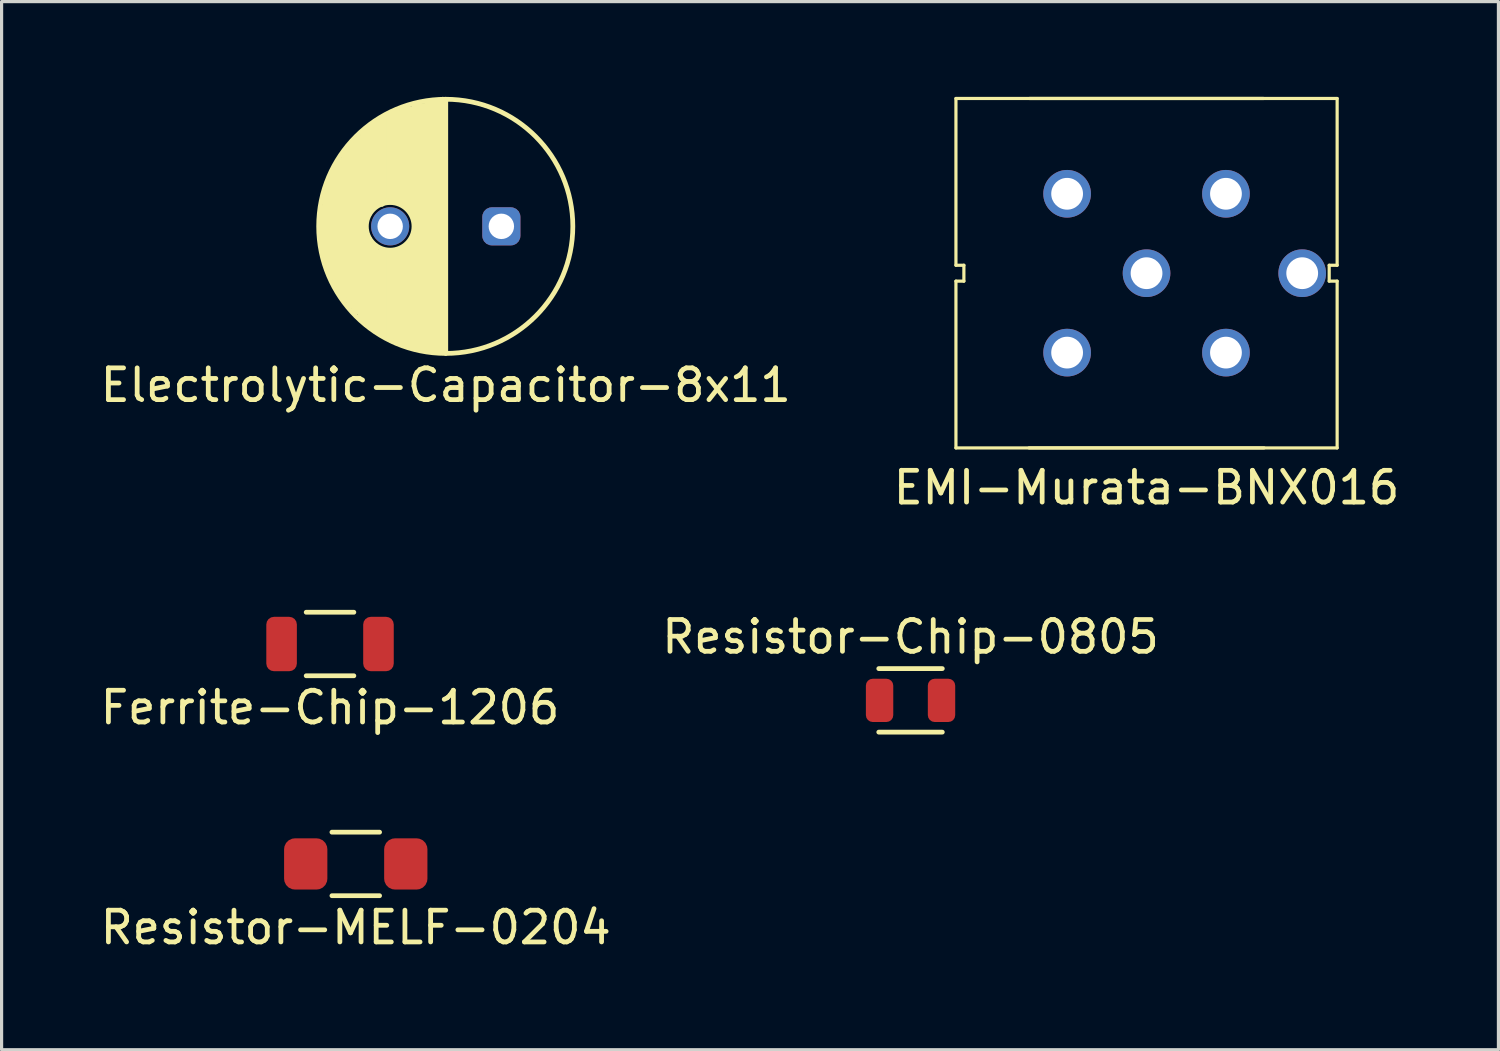
<source format=kicad_pcb>
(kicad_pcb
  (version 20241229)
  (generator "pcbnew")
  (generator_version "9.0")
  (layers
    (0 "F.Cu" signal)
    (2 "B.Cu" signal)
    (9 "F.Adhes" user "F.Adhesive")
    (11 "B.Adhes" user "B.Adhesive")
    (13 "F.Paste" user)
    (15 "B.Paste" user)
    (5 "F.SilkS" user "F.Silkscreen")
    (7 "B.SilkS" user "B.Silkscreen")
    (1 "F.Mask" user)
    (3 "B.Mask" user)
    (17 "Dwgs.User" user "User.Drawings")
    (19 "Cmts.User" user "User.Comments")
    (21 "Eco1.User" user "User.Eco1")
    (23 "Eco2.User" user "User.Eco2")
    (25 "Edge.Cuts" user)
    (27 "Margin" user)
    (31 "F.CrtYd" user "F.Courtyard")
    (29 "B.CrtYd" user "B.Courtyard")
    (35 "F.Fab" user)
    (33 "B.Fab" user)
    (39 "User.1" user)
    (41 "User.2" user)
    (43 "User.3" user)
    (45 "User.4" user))
  (footprint "Ferrite-Chip-1206"
    (layer "F.Cu")
    (at 7.339 17.223)
    (property "Reference" "Ferrite-Chip-1206" (at 0 2 0) (layer "F.SilkS") (effects (font (size 1 1) (thickness 0.15))))
    (attr through_hole)
    (fp_line (start -0.75 -1) (end 0.75 -1) (stroke (width 0.15) (type solid)) (layer "F.SilkS"))
    (fp_line (start -0.75 1) (end 0.75 1) (stroke (width 0.15) (type solid)) (layer "F.SilkS"))
    (pad "1" smd roundrect (at -1.525 0) (size 0.962 1.712) (layers "F.Cu" "F.Mask" "F.Paste") (roundrect_rratio 0.25))
    (pad "2" smd roundrect (at 1.525 0) (size 0.962 1.712) (layers "F.Cu" "F.Mask" "F.Paste") (roundrect_rratio 0.25)))
  (footprint "Resistor-MELF-0204"
    (layer "F.Cu")
    (at 8.149 24.146)
    (property "Reference" "Resistor-MELF-0204" (at 0 2 0) (layer "F.SilkS") (effects (font (size 1 1) (thickness 0.15))))
    (attr through_hole)
    (fp_line (start -0.75 -1) (end 0.75 -1) (stroke (width 0.15) (type solid)) (layer "F.SilkS"))
    (fp_line (start -0.75 1) (end 0.75 1) (stroke (width 0.15) (type solid)) (layer "F.SilkS"))
    (pad "1" smd roundrect (at -1.575 0) (size 1.362 1.612) (layers "F.Cu" "F.Mask" "F.Paste") (roundrect_rratio 0.25))
    (pad "2" smd roundrect (at 1.575 0) (size 1.362 1.612) (layers "F.Cu" "F.Mask" "F.Paste") (roundrect_rratio 0.25)))
  (footprint "Electrolytic-Capacitor-8x11"
    (layer "F.Cu")
    (at 10.982 4.075)
    (property "Reference" "Electrolytic-Capacitor-8x11" (at 0 5 0) (layer "F.SilkS") (effects (font (size 1 1) (thickness 0.15))))
    (attr through_hole)
    (fp_line (start -3.9 0.7) (end -3.9 -0.6) (stroke (width 0.15) (type solid)) (layer "F.SilkS"))
    (fp_line (start -3.8 -1.1) (end -3.8 1.1) (stroke (width 0.15) (type solid)) (layer "F.SilkS"))
    (fp_line (start -3.8 1.1) (end -3.9 0.7) (stroke (width 0.15) (type solid)) (layer "F.SilkS"))
    (fp_line (start -3.7 -1.4) (end -3.8 -1.1) (stroke (width 0.15) (type solid)) (layer "F.SilkS"))
    (fp_line (start -3.7 1.3) (end -3.7 -1.4) (stroke (width 0.15) (type solid)) (layer "F.SilkS"))
    (fp_line (start -3.6 -1.6) (end -3.6 1.6) (stroke (width 0.15) (type solid)) (layer "F.SilkS"))
    (fp_line (start -3.6 1.6) (end -3.7 1.3) (stroke (width 0.15) (type solid)) (layer "F.SilkS"))
    (fp_line (start -3.5 -1.8) (end -3.6 -1.6) (stroke (width 0.15) (type solid)) (layer "F.SilkS"))
    (fp_line (start -3.5 1.7) (end -3.5 -1.8) (stroke (width 0.15) (type solid)) (layer "F.SilkS"))
    (fp_line (start -3.4 -2) (end -3.4 2) (stroke (width 0.15) (type solid)) (layer "F.SilkS"))
    (fp_line (start -3.4 2) (end -3.5 1.7) (stroke (width 0.15) (type solid)) (layer "F.SilkS"))
    (fp_line (start -3.3 -2.1) (end -3.4 -2) (stroke (width 0.15) (type solid)) (layer "F.SilkS"))
    (fp_line (start -3.3 2.2) (end -3.3 -2.1) (stroke (width 0.15) (type solid)) (layer "F.SilkS"))
    (fp_line (start -3.2 -2.2) (end -3.2 2.3) (stroke (width 0.15) (type solid)) (layer "F.SilkS"))
    (fp_line (start -3.2 2.3) (end -3.3 2.2) (stroke (width 0.15) (type solid)) (layer "F.SilkS"))
    (fp_line (start -3.1 -2.4) (end -3.2 -2.2) (stroke (width 0.15) (type solid)) (layer "F.SilkS"))
    (fp_line (start -3.1 2.3) (end -3.1 -2.4) (stroke (width 0.15) (type solid)) (layer "F.SilkS"))
    (fp_line (start -3 -2.5) (end -3 2.5) (stroke (width 0.15) (type solid)) (layer "F.SilkS"))
    (fp_line (start -3 2.5) (end -3.1 2.3) (stroke (width 0.15) (type solid)) (layer "F.SilkS"))
    (fp_line (start -2.9 -2.7) (end -3 -2.5) (stroke (width 0.15) (type solid)) (layer "F.SilkS"))
    (fp_line (start -2.9 2.6) (end -2.9 -2.7) (stroke (width 0.15) (type solid)) (layer "F.SilkS"))
    (fp_line (start -2.8 -2.7) (end -2.8 2.7) (stroke (width 0.15) (type solid)) (layer "F.SilkS"))
    (fp_line (start -2.8 2.7) (end -2.9 2.6) (stroke (width 0.15) (type solid)) (layer "F.SilkS"))
    (fp_line (start -2.7 -2.8) (end -2.8 -2.7) (stroke (width 0.15) (type solid)) (layer "F.SilkS"))
    (fp_line (start -2.7 2.9) (end -2.7 -2.8) (stroke (width 0.15) (type solid)) (layer "F.SilkS"))
    (fp_line (start -2.6 -2.9) (end -2.6 2.9) (stroke (width 0.15) (type solid)) (layer "F.SilkS"))
    (fp_line (start -2.6 2.9) (end -2.5 3.1) (stroke (width 0.15) (type solid)) (layer "F.SilkS"))
    (fp_line (start -2.5 -3) (end -2.6 -2.9) (stroke (width 0.15) (type solid)) (layer "F.SilkS"))
    (fp_line (start -2.5 -0.3) (end -2.5 -3) (stroke (width 0.15) (type solid)) (layer "F.SilkS"))
    (fp_line (start -2.5 0.3) (end -2.4 0.4) (stroke (width 0.15) (type solid)) (layer "F.SilkS"))
    (fp_line (start -2.5 3.1) (end -2.5 0.3) (stroke (width 0.15) (type solid)) (layer "F.SilkS"))
    (fp_line (start -2.4 -3.1) (end -2.4 -0.4) (stroke (width 0.15) (type solid)) (layer "F.SilkS"))
    (fp_line (start -2.4 -0.4) (end -2.5 -0.3) (stroke (width 0.15) (type solid)) (layer "F.SilkS"))
    (fp_line (start -2.4 0.4) (end -2.4 3.1) (stroke (width 0.15) (type solid)) (layer "F.SilkS"))
    (fp_line (start -2.4 3.1) (end -2.3 3.2) (stroke (width 0.15) (type solid)) (layer "F.SilkS"))
    (fp_line (start -2.3 -3.2) (end -2.4 -3.1) (stroke (width 0.15) (type solid)) (layer "F.SilkS"))
    (fp_line (start -2.3 -0.6) (end -2.3 -3.2) (stroke (width 0.15) (type solid)) (layer "F.SilkS"))
    (fp_line (start -2.3 0.6) (end -2.2 0.7) (stroke (width 0.15) (type solid)) (layer "F.SilkS"))
    (fp_line (start -2.3 3.2) (end -2.3 0.6) (stroke (width 0.15) (type solid)) (layer "F.SilkS"))
    (fp_line (start -2.2 -3.2) (end -2.2 -0.7) (stroke (width 0.15) (type solid)) (layer "F.SilkS"))
    (fp_line (start -2.2 -0.7) (end -2.3 -0.6) (stroke (width 0.15) (type solid)) (layer "F.SilkS"))
    (fp_line (start -2.2 0.7) (end -2.2 3.2) (stroke (width 0.15) (type solid)) (layer "F.SilkS"))
    (fp_line (start -2.2 3.2) (end -2.1 3.3) (stroke (width 0.15) (type solid)) (layer "F.SilkS"))
    (fp_line (start -2.1 -3.3) (end -2.2 -3.2) (stroke (width 0.15) (type solid)) (layer "F.SilkS"))
    (fp_line (start -2.1 -0.7) (end -2.1 -3.3) (stroke (width 0.15) (type solid)) (layer "F.SilkS"))
    (fp_line (start -2.1 0.8) (end -2 0.8) (stroke (width 0.15) (type solid)) (layer "F.SilkS"))
    (fp_line (start -2.1 3.3) (end -2.1 0.8) (stroke (width 0.15) (type solid)) (layer "F.SilkS"))
    (fp_line (start -2 -3.4) (end -2 -0.7) (stroke (width 0.15) (type solid)) (layer "F.SilkS"))
    (fp_line (start -2 -0.7) (end -2.1 -0.7) (stroke (width 0.15) (type solid)) (layer "F.SilkS"))
    (fp_line (start -2 0.8) (end -2 3.4) (stroke (width 0.15) (type solid)) (layer "F.SilkS"))
    (fp_line (start -2 3.4) (end -1.9 3.4) (stroke (width 0.15) (type solid)) (layer "F.SilkS"))
    (fp_line (start -1.9 -3.4) (end -2 -3.4) (stroke (width 0.15) (type solid)) (layer "F.SilkS"))
    (fp_line (start -1.9 -0.8) (end -1.9 -3.4) (stroke (width 0.15) (type solid)) (layer "F.SilkS"))
    (fp_line (start -1.9 0.8) (end -1.8 0.8) (stroke (width 0.15) (type solid)) (layer "F.SilkS"))
    (fp_line (start -1.9 3.4) (end -1.9 0.8) (stroke (width 0.15) (type solid)) (layer "F.SilkS"))
    (fp_line (start -1.8 -3.5) (end -1.8 -0.8) (stroke (width 0.15) (type solid)) (layer "F.SilkS"))
    (fp_line (start -1.8 -0.8) (end -1.9 -0.8) (stroke (width 0.15) (type solid)) (layer "F.SilkS"))
    (fp_line (start -1.8 0.8) (end -1.8 3.5) (stroke (width 0.15) (type solid)) (layer "F.SilkS"))
    (fp_line (start -1.8 3.5) (end -1.7 3.6) (stroke (width 0.15) (type solid)) (layer "F.SilkS"))
    (fp_line (start -1.7 -3.6) (end -1.8 -3.5) (stroke (width 0.15) (type solid)) (layer "F.SilkS"))
    (fp_line (start -1.7 -0.8) (end -1.7 -3.6) (stroke (width 0.15) (type solid)) (layer "F.SilkS"))
    (fp_line (start -1.7 0.8) (end -1.6 0.8) (stroke (width 0.15) (type solid)) (layer "F.SilkS"))
    (fp_line (start -1.7 3.6) (end -1.7 0.8) (stroke (width 0.15) (type solid)) (layer "F.SilkS"))
    (fp_line (start -1.6 -3.6) (end -1.6 -0.8) (stroke (width 0.15) (type solid)) (layer "F.SilkS"))
    (fp_line (start -1.6 -0.8) (end -1.7 -0.8) (stroke (width 0.15) (type solid)) (layer "F.SilkS"))
    (fp_line (start -1.6 0.8) (end -1.6 3.6) (stroke (width 0.15) (type solid)) (layer "F.SilkS"))
    (fp_line (start -1.6 3.6) (end -1.5 3.6) (stroke (width 0.15) (type solid)) (layer "F.SilkS"))
    (fp_line (start -1.5 -3.6) (end -1.6 -3.6) (stroke (width 0.15) (type solid)) (layer "F.SilkS"))
    (fp_line (start -1.5 -0.8) (end -1.5 -3.6) (stroke (width 0.15) (type solid)) (layer "F.SilkS"))
    (fp_line (start -1.5 0.8) (end -1.4 0.7) (stroke (width 0.15) (type solid)) (layer "F.SilkS"))
    (fp_line (start -1.5 3.6) (end -1.5 0.8) (stroke (width 0.15) (type solid)) (layer "F.SilkS"))
    (fp_line (start -1.4 -3.6) (end -1.4 -0.8) (stroke (width 0.15) (type solid)) (layer "F.SilkS"))
    (fp_line (start -1.4 -0.8) (end -1.5 -0.8) (stroke (width 0.15) (type solid)) (layer "F.SilkS"))
    (fp_line (start -1.4 0.7) (end -1.4 3.7) (stroke (width 0.15) (type solid)) (layer "F.SilkS"))
    (fp_line (start -1.3 -3.7) (end -1.4 -3.6) (stroke (width 0.15) (type solid)) (layer "F.SilkS"))
    (fp_line (start -1.3 -0.7) (end -1.3 -3.7) (stroke (width 0.15) (type solid)) (layer "F.SilkS"))
    (fp_line (start -1.3 0.7) (end -1.2 0.6) (stroke (width 0.15) (type solid)) (layer "F.SilkS"))
    (fp_line (start -1.3 3.7) (end -1.3 0.7) (stroke (width 0.15) (type solid)) (layer "F.SilkS"))
    (fp_line (start -1.2 -3.7) (end -1.2 -0.6) (stroke (width 0.15) (type solid)) (layer "F.SilkS"))
    (fp_line (start -1.2 -0.6) (end -1.3 -0.7) (stroke (width 0.15) (type solid)) (layer "F.SilkS"))
    (fp_line (start -1.2 0.6) (end -1.2 3.7) (stroke (width 0.15) (type solid)) (layer "F.SilkS"))
    (fp_line (start -1.2 3.7) (end -1.1 3.8) (stroke (width 0.15) (type solid)) (layer "F.SilkS"))
    (fp_line (start -1.1 -3.7) (end -1.2 -3.7) (stroke (width 0.15) (type solid)) (layer "F.SilkS"))
    (fp_line (start -1.1 -0.6) (end -1.1 -3.7) (stroke (width 0.15) (type solid)) (layer "F.SilkS"))
    (fp_line (start -1.1 0.5) (end -1 0.4) (stroke (width 0.15) (type solid)) (layer "F.SilkS"))
    (fp_line (start -1.1 3.8) (end -1.1 0.5) (stroke (width 0.15) (type solid)) (layer "F.SilkS"))
    (fp_line (start -1 -3.8) (end -1 -0.3) (stroke (width 0.15) (type solid)) (layer "F.SilkS"))
    (fp_line (start -1 -0.3) (end -1.1 -0.6) (stroke (width 0.15) (type solid)) (layer "F.SilkS"))
    (fp_line (start -1 0.4) (end -1 0.3) (stroke (width 0.15) (type solid)) (layer "F.SilkS"))
    (fp_line (start -1 0.5) (end -1 3.8) (stroke (width 0.15) (type solid)) (layer "F.SilkS"))
    (fp_line (start -0.9 -3.8) (end -1 -3.8) (stroke (width 0.15) (type solid)) (layer "F.SilkS"))
    (fp_line (start -0.9 3.8) (end -0.9 -3.8) (stroke (width 0.15) (type solid)) (layer "F.SilkS"))
    (fp_line (start -0.8 -3.8) (end -0.8 3.8) (stroke (width 0.15) (type solid)) (layer "F.SilkS"))
    (fp_line (start -0.8 3.8) (end -0.9 3.8) (stroke (width 0.15) (type solid)) (layer "F.SilkS"))
    (fp_line (start -0.7 -3.8) (end -0.8 -3.8) (stroke (width 0.15) (type solid)) (layer "F.SilkS"))
    (fp_line (start -0.7 3.9) (end -0.7 -3.8) (stroke (width 0.15) (type solid)) (layer "F.SilkS"))
    (fp_line (start -0.6 -3.9) (end -0.6 3.9) (stroke (width 0.15) (type solid)) (layer "F.SilkS"))
    (fp_line (start -0.6 3.9) (end -0.7 3.9) (stroke (width 0.15) (type solid)) (layer "F.SilkS"))
    (fp_line (start -0.5 -3.9) (end -0.6 -3.9) (stroke (width 0.15) (type solid)) (layer "F.SilkS"))
    (fp_line (start -0.5 3.9) (end -0.5 -3.9) (stroke (width 0.15) (type solid)) (layer "F.SilkS"))
    (fp_line (start -0.4 -3.9) (end -0.4 3.9) (stroke (width 0.15) (type solid)) (layer "F.SilkS"))
    (fp_line (start -0.4 3.9) (end -0.5 3.9) (stroke (width 0.15) (type solid)) (layer "F.SilkS"))
    (fp_line (start -0.3 -3.9) (end -0.3 3.9) (stroke (width 0.15) (type solid)) (layer "F.SilkS"))
    (fp_line (start -0.3 3.9) (end -0.4 3.9) (stroke (width 0.15) (type solid)) (layer "F.SilkS"))
    (fp_line (start -0.2 -3.9) (end -0.3 -3.9) (stroke (width 0.15) (type solid)) (layer "F.SilkS"))
    (fp_line (start -0.2 3.9) (end -0.2 -3.9) (stroke (width 0.15) (type solid)) (layer "F.SilkS"))
    (fp_line (start -0.1 -4) (end -0.2 -3.9) (stroke (width 0.15) (type solid)) (layer "F.SilkS"))
    (fp_line (start -0.1 3.9) (end -0.1 -4) (stroke (width 0.15) (type solid)) (layer "F.SilkS"))
    (fp_line (start 0 4) (end 0 -4) (stroke (width 0.15) (type solid)) (layer "F.SilkS"))
    (fp_circle (center -1.75 0) (end -1 0) (stroke (width 0.15) (type solid)) (fill no) (layer "F.SilkS"))
    (fp_circle (center 0 0) (end 4 0) (stroke (width 0.15) (type solid)) (fill no) (layer "F.SilkS"))
    (pad "A" thru_hole roundrect (at 1.75 0) (size 1.2 1.2) (drill 0.8) (layers "*.Cu" "*.Mask") (roundrect_rratio 0.25))
    (pad "K" thru_hole circle (at -1.75 0) (size 1.2 1.2) (drill 0.8) (layers "*.Cu" "*.Mask")))
  (footprint "Resistor-Chip-0805"
    (layer "F.Cu")
    (at 25.613 18.997)
    (property "Reference" "Resistor-Chip-0805" (at 0 -2 0) (layer "F.SilkS") (effects (font (size 1 1) (thickness 0.15))))
    (attr through_hole)
    (fp_line (start -1 -1) (end 1 -1) (stroke (width 0.15) (type solid)) (layer "F.SilkS"))
    (fp_line (start -1 1) (end 1 1) (stroke (width 0.15) (type solid)) (layer "F.SilkS"))
    (pad "1" smd roundrect (at -0.975 0) (size 0.862 1.362) (layers "F.Cu" "F.Mask" "F.Paste") (roundrect_rratio 0.25))
    (pad "2" smd roundrect (at 0.975 0) (size 0.862 1.362) (layers "F.Cu" "F.Mask" "F.Paste") (roundrect_rratio 0.25)))
  (footprint "EMI-Murata-BNX016"
    (layer "F.Cu")
    (at 33.042 5.55)
    (property "Reference" "EMI-Murata-BNX016" (at 0 6.75 0) (layer "F.SilkS") (effects (font (size 1 1) (thickness 0.15))))
    (attr through_hole)
    (fp_line (start -6 -5.5) (end 6 -5.5) (stroke (width 0.1) (type solid)) (layer "F.SilkS"))
    (fp_line (start -6 -0.25) (end -6 -5.5) (stroke (width 0.1) (type solid)) (layer "F.SilkS"))
    (fp_line (start -6 -0.25) (end -5.75 -0.25) (stroke (width 0.1) (type solid)) (layer "F.SilkS"))
    (fp_line (start -6 5.5) (end -6 0.25) (stroke (width 0.1) (type solid)) (layer "F.SilkS"))
    (fp_line (start -6 5.5) (end 6 5.5) (stroke (width 0.1) (type solid)) (layer "F.SilkS"))
    (fp_line (start -5.75 -0.25) (end -5.75 0.25) (stroke (width 0.1) (type solid)) (layer "F.SilkS"))
    (fp_line (start -5.75 0.25) (end -6 0.25) (stroke (width 0.1) (type solid)) (layer "F.SilkS"))
    (fp_line (start -3.7 5.5) (end 3.7 5.5) (stroke (width 0.1) (type solid)) (layer "F.SilkS"))
    (fp_line (start 3.685 -5.5) (end -3.685 -5.5) (stroke (width 0.1) (type solid)) (layer "F.SilkS"))
    (fp_line (start 5.75 -0.25) (end 5.75 0.25) (stroke (width 0.1) (type solid)) (layer "F.SilkS"))
    (fp_line (start 5.75 0.25) (end 6 0.25) (stroke (width 0.1) (type solid)) (layer "F.SilkS"))
    (fp_line (start 6 -0.25) (end 5.75 -0.25) (stroke (width 0.1) (type solid)) (layer "F.SilkS"))
    (fp_line (start 6 -0.25) (end 6 -5.5) (stroke (width 0.1) (type solid)) (layer "F.SilkS"))
    (fp_line (start 6 5.5) (end 6 0.25) (stroke (width 0.1) (type solid)) (layer "F.SilkS"))
    (pad "B" thru_hole circle (at 2.5 -2.5) (size 1.5 1.5) (drill 1) (layers "*.Cu" "*.Mask"))
    (pad "CB" thru_hole circle (at 2.5 2.5) (size 1.5 1.5) (drill 1) (layers "*.Cu" "*.Mask"))
    (pad "CG" thru_hole circle (at -2.5 2.5) (size 1.5 1.5) (drill 1) (layers "*.Cu" "*.Mask"))
    (pad "CG" thru_hole circle (at 0 0) (size 1.5 1.5) (drill 1) (layers "*.Cu" "*.Mask"))
    (pad "CG" thru_hole circle (at 4.9 0) (size 1.5 1.5) (drill 1) (layers "*.Cu" "*.Mask"))
    (pad "PSG" thru_hole circle (at -2.5 -2.5) (size 1.5 1.5) (drill 1) (layers "*.Cu" "*.Mask")))
  (gr_rect
    (start -3 -3)
    (end 44.119 29.995)
    (stroke (width 0.1) (type default))
    (fill no)
    (layer "Edge.Cuts")))
</source>
